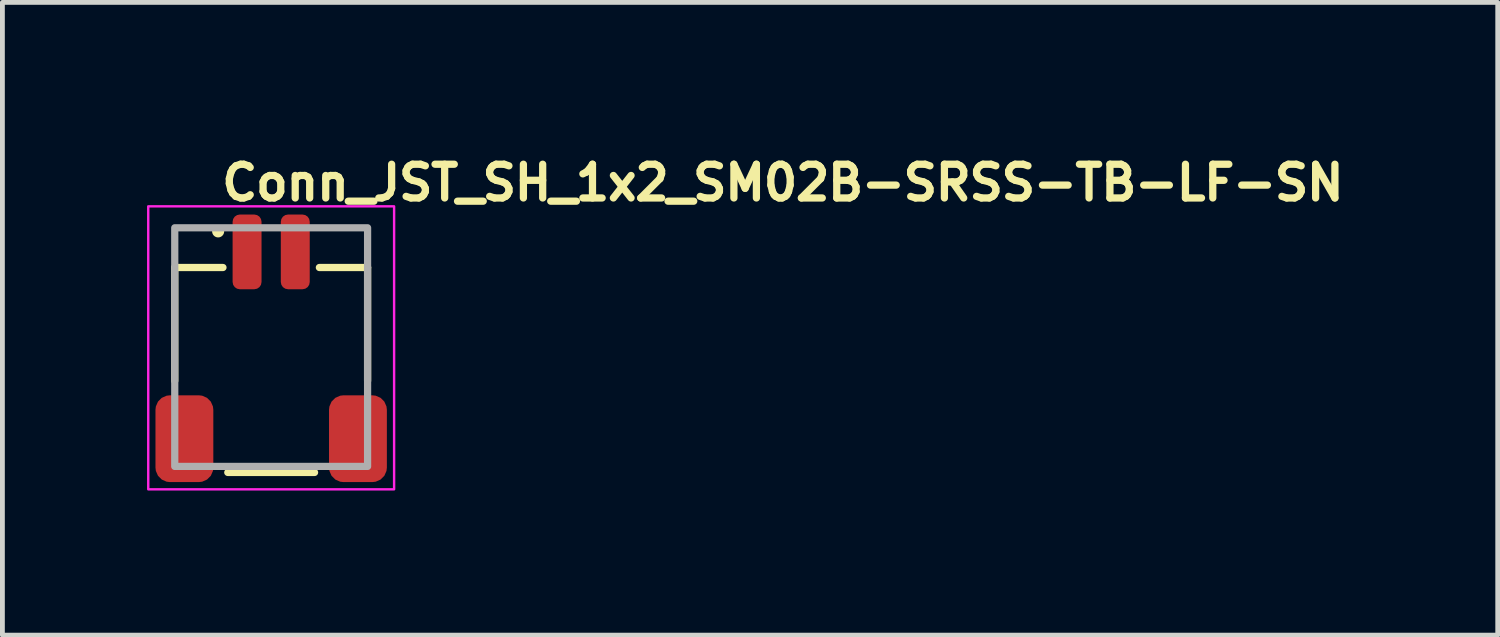
<source format=kicad_pcb>
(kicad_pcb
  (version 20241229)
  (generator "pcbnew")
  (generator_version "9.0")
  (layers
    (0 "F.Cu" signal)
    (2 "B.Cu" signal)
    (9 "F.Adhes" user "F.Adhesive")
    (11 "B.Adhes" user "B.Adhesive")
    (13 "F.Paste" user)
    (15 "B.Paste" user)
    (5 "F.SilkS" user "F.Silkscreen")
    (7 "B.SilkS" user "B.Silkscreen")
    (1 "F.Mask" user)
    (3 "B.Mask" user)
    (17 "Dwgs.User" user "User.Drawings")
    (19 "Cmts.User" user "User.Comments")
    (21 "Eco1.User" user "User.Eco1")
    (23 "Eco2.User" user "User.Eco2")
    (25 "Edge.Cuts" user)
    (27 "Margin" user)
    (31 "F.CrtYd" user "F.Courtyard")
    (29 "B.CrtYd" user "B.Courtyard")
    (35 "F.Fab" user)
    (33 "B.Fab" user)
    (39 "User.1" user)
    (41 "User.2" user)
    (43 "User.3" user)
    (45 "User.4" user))
  (footprint "Conn_JST_SH_1x2_SM02B-SRSS-TB-LF-SN"
    (layer "F.Cu")
    (at 2.575 4.15)
    (property "Reference" "Conn_JST_SH_1x2_SM02B-SRSS-TB-LF-SN" (at -1.1 -3 0) (layer "F.SilkS") (effects (font (size 0.7 0.7) (thickness 0.15)) (justify left bottom)))
    (attr smd)
    (fp_line (start -2 -1.651) (end -2 0.7) (stroke (width 0.15) (type solid)) (layer "F.SilkS"))
    (fp_line (start -2 -1.651) (end -1 -1.651) (stroke (width 0.15) (type solid)) (layer "F.SilkS"))
    (fp_line (start -0.9 2.6) (end 0.9 2.6) (stroke (width 0.15) (type solid)) (layer "F.SilkS"))
    (fp_line (start 2 -1.651) (end 1 -1.651) (stroke (width 0.15) (type solid)) (layer "F.SilkS"))
    (fp_line (start 2 -1.651) (end 2 0.7) (stroke (width 0.15) (type solid)) (layer "F.SilkS"))
    (fp_circle (center -1.1 -2.4) (end -1.05 -2.4) (stroke (width 0.15) (type solid)) (fill yes) (layer "F.SilkS"))
    (fp_rect (start -2.55 -2.92) (end 2.55 2.95) (stroke (width 0.05) (type solid)) (fill no) (layer "F.CrtYd"))
    (fp_rect (start -2 -2.475) (end 2 2.475) (stroke (width 0.15) (type solid)) (fill no) (layer "F.Fab"))
    (fp_rect (start -2 -2.475) (end 2 2.475) (stroke (width 0.1) (type solid)) (fill no) (layer "User.5"))
    (fp_line (start -2 -1.775) (end -2 -1.175) (stroke (width 0.02) (type solid)) (layer "User.9"))
    (fp_line (start -2 -1.175) (end -2 -1.125) (stroke (width 0.02) (type solid)) (layer "User.9"))
    (fp_line (start -2 -1.125) (end -2 -0.525) (stroke (width 0.02) (type solid)) (layer "User.9"))
    (fp_line (start -2 -0.325) (end -2 -0.525) (stroke (width 0.02) (type solid)) (layer "User.9"))
    (fp_line (start -2 -0.325) (end -1.9 -0.275) (stroke (width 0.02) (type solid)) (layer "User.9"))
    (fp_line (start -2 2.475) (end -2 -0.325) (stroke (width 0.02) (type solid)) (layer "User.9"))
    (fp_line (start -1.9 -0.275) (end -1.9 2.475) (stroke (width 0.02) (type solid)) (layer "User.9"))
    (fp_line (start -1.9 2.475) (end -2 2.475) (stroke (width 0.02) (type solid)) (layer "User.9"))
    (fp_line (start -1.7 -1.175) (end -2 -1.175) (stroke (width 0.02) (type solid)) (layer "User.9"))
    (fp_line (start -1.7 -1.125) (end -2 -1.125) (stroke (width 0.02) (type solid)) (layer "User.9"))
    (fp_line (start -1.7 -1.125) (end -1.7 -1.175) (stroke (width 0.02) (type solid)) (layer "User.9"))
    (fp_line (start -1.7 -0.525) (end -2 -0.525) (stroke (width 0.02) (type solid)) (layer "User.9"))
    (fp_line (start -1.7 -0.525) (end -1.7 -1.125) (stroke (width 0.02) (type solid)) (layer "User.9"))
    (fp_line (start -1.7 -0.525) (end -1.7 -0.275) (stroke (width 0.02) (type solid)) (layer "User.9"))
    (fp_line (start -1.7 -0.275) (end -1.9 -0.275) (stroke (width 0.02) (type solid)) (layer "User.9"))
    (fp_line (start -1.5 -1.775) (end -2 -1.775) (stroke (width 0.02) (type solid)) (layer "User.9"))
    (fp_line (start -1.5 -1.775) (end -1.5 -1.175) (stroke (width 0.02) (type solid)) (layer "User.9"))
    (fp_line (start -1.5 -1.775) (end -0.725 -1.775) (stroke (width 0.02) (type solid)) (layer "User.9"))
    (fp_line (start -1.5 -1.175) (end -1.45 -1.175) (stroke (width 0.02) (type solid)) (layer "User.9"))
    (fp_line (start -1.5 -0.275) (end -1.5 -1.175) (stroke (width 0.02) (type solid)) (layer "User.9"))
    (fp_line (start -1.45 -1.175) (end -1.45 -0.275) (stroke (width 0.02) (type solid)) (layer "User.9"))
    (fp_line (start -1.45 -0.275) (end -1.7 -0.275) (stroke (width 0.02) (type solid)) (layer "User.9"))
    (fp_line (start -0.725 -1.775) (end -0.575 -1.625) (stroke (width 0.02) (type solid)) (layer "User.9"))
    (fp_line (start -0.575 -2.475) (end -0.575 -2.475) (stroke (width 0.02) (type solid)) (layer "User.9"))
    (fp_line (start -0.575 -2.475) (end -0.575 -2.474) (stroke (width 0.02) (type solid)) (layer "User.9"))
    (fp_line (start -0.575 -2.475) (end -0.425 -2.475) (stroke (width 0.02) (type solid)) (layer "User.9"))
    (fp_line (start -0.575 -2.475) (end -0.425 -2.475) (stroke (width 0.02) (type solid)) (layer "User.9"))
    (fp_line (start -0.575 -2.474) (end -0.575 -2.472) (stroke (width 0.02) (type solid)) (layer "User.9"))
    (fp_line (start -0.575 -2.472) (end -0.575 -2.47) (stroke (width 0.02) (type solid)) (layer "User.9"))
    (fp_line (start -0.575 -2.47) (end -0.575 -2.467) (stroke (width 0.02) (type solid)) (layer "User.9"))
    (fp_line (start -0.575 -2.467) (end -0.575 -2.464) (stroke (width 0.02) (type solid)) (layer "User.9"))
    (fp_line (start -0.575 -2.464) (end -0.575 -2.46) (stroke (width 0.02) (type solid)) (layer "User.9"))
    (fp_line (start -0.575 -2.46) (end -0.575 -2.456) (stroke (width 0.02) (type solid)) (layer "User.9"))
    (fp_line (start -0.575 -2.456) (end -0.575 -2.452) (stroke (width 0.02) (type solid)) (layer "User.9"))
    (fp_line (start -0.575 -2.452) (end -0.575 -2.447) (stroke (width 0.02) (type solid)) (layer "User.9"))
    (fp_line (start -0.575 -2.447) (end -0.575 -2.442) (stroke (width 0.02) (type solid)) (layer "User.9"))
    (fp_line (start -0.575 -2.442) (end -0.575 -2.436) (stroke (width 0.02) (type solid)) (layer "User.9"))
    (fp_line (start -0.575 -2.436) (end -0.575 -2.431) (stroke (width 0.02) (type solid)) (layer "User.9"))
    (fp_line (start -0.575 -2.431) (end -0.575 -2.425) (stroke (width 0.02) (type solid)) (layer "User.9"))
    (fp_line (start -0.575 -2.425) (end -0.575 -1.999) (stroke (width 0.02) (type solid)) (layer "User.9"))
    (fp_line (start -0.575 -2.425) (end -0.425 -2.425) (stroke (width 0.02) (type solid)) (layer "User.9"))
    (fp_line (start -0.575 -1.999) (end -0.575 -1.625) (stroke (width 0.02) (type solid)) (layer "User.9"))
    (fp_line (start -0.575 -1.999) (end -0.425 -1.999) (stroke (width 0.02) (type solid)) (layer "User.9"))
    (fp_line (start -0.575 -1.625) (end -0.575 -1.175) (stroke (width 0.02) (type solid)) (layer "User.9"))
    (fp_line (start -0.575 -1.625) (end -0.575 -1.175) (stroke (width 0.02) (type solid)) (layer "User.9"))
    (fp_line (start -0.425 -2.475) (end -0.425 -2.475) (stroke (width 0.02) (type solid)) (layer "User.9"))
    (fp_line (start -0.425 -2.475) (end -0.425 -2.474) (stroke (width 0.02) (type solid)) (layer "User.9"))
    (fp_line (start -0.425 -2.474) (end -0.425 -2.472) (stroke (width 0.02) (type solid)) (layer "User.9"))
    (fp_line (start -0.425 -2.472) (end -0.425 -2.47) (stroke (width 0.02) (type solid)) (layer "User.9"))
    (fp_line (start -0.425 -2.47) (end -0.425 -2.467) (stroke (width 0.02) (type solid)) (layer "User.9"))
    (fp_line (start -0.425 -2.467) (end -0.425 -2.464) (stroke (width 0.02) (type solid)) (layer "User.9"))
    (fp_line (start -0.425 -2.464) (end -0.425 -2.46) (stroke (width 0.02) (type solid)) (layer "User.9"))
    (fp_line (start -0.425 -2.46) (end -0.425 -2.456) (stroke (width 0.02) (type solid)) (layer "User.9"))
    (fp_line (start -0.425 -2.456) (end -0.425 -2.452) (stroke (width 0.02) (type solid)) (layer "User.9"))
    (fp_line (start -0.425 -2.452) (end -0.425 -2.447) (stroke (width 0.02) (type solid)) (layer "User.9"))
    (fp_line (start -0.425 -2.447) (end -0.425 -2.442) (stroke (width 0.02) (type solid)) (layer "User.9"))
    (fp_line (start -0.425 -2.442) (end -0.425 -2.436) (stroke (width 0.02) (type solid)) (layer "User.9"))
    (fp_line (start -0.425 -2.436) (end -0.425 -2.431) (stroke (width 0.02) (type solid)) (layer "User.9"))
    (fp_line (start -0.425 -2.431) (end -0.425 -2.425) (stroke (width 0.02) (type solid)) (layer "User.9"))
    (fp_line (start -0.425 -2.425) (end -0.425 -1.999) (stroke (width 0.02) (type solid)) (layer "User.9"))
    (fp_line (start -0.425 -1.999) (end -0.425 -1.625) (stroke (width 0.02) (type solid)) (layer "User.9"))
    (fp_line (start -0.425 -1.625) (end -0.575 -1.625) (stroke (width 0.02) (type solid)) (layer "User.9"))
    (fp_line (start -0.425 -1.625) (end -0.275 -1.775) (stroke (width 0.02) (type solid)) (layer "User.9"))
    (fp_line (start -0.425 -1.175) (end -0.425 -1.625) (stroke (width 0.02) (type solid)) (layer "User.9"))
    (fp_line (start -0.425 -1.175) (end -0.425 -1.625) (stroke (width 0.02) (type solid)) (layer "User.9"))
    (fp_line (start -0.275 -1.775) (end 0.275 -1.775) (stroke (width 0.02) (type solid)) (layer "User.9"))
    (fp_line (start 0.275 -1.775) (end 0.425 -1.625) (stroke (width 0.02) (type solid)) (layer "User.9"))
    (fp_line (start 0.425 -2.475) (end 0.425 -2.475) (stroke (width 0.02) (type solid)) (layer "User.9"))
    (fp_line (start 0.425 -2.475) (end 0.425 -2.474) (stroke (width 0.02) (type solid)) (layer "User.9"))
    (fp_line (start 0.425 -2.475) (end 0.575 -2.475) (stroke (width 0.02) (type solid)) (layer "User.9"))
    (fp_line (start 0.425 -2.475) (end 0.575 -2.475) (stroke (width 0.02) (type solid)) (layer "User.9"))
    (fp_line (start 0.425 -2.474) (end 0.425 -2.472) (stroke (width 0.02) (type solid)) (layer "User.9"))
    (fp_line (start 0.425 -2.472) (end 0.425 -2.47) (stroke (width 0.02) (type solid)) (layer "User.9"))
    (fp_line (start 0.425 -2.47) (end 0.425 -2.467) (stroke (width 0.02) (type solid)) (layer "User.9"))
    (fp_line (start 0.425 -2.467) (end 0.425 -2.464) (stroke (width 0.02) (type solid)) (layer "User.9"))
    (fp_line (start 0.425 -2.464) (end 0.425 -2.46) (stroke (width 0.02) (type solid)) (layer "User.9"))
    (fp_line (start 0.425 -2.46) (end 0.425 -2.456) (stroke (width 0.02) (type solid)) (layer "User.9"))
    (fp_line (start 0.425 -2.456) (end 0.425 -2.452) (stroke (width 0.02) (type solid)) (layer "User.9"))
    (fp_line (start 0.425 -2.452) (end 0.425 -2.447) (stroke (width 0.02) (type solid)) (layer "User.9"))
    (fp_line (start 0.425 -2.447) (end 0.425 -2.442) (stroke (width 0.02) (type solid)) (layer "User.9"))
    (fp_line (start 0.425 -2.442) (end 0.425 -2.436) (stroke (width 0.02) (type solid)) (layer "User.9"))
    (fp_line (start 0.425 -2.436) (end 0.425 -2.431) (stroke (width 0.02) (type solid)) (layer "User.9"))
    (fp_line (start 0.425 -2.431) (end 0.425 -2.425) (stroke (width 0.02) (type solid)) (layer "User.9"))
    (fp_line (start 0.425 -2.425) (end 0.425 -1.999) (stroke (width 0.02) (type solid)) (layer "User.9"))
    (fp_line (start 0.425 -2.425) (end 0.575 -2.425) (stroke (width 0.02) (type solid)) (layer "User.9"))
    (fp_line (start 0.425 -1.999) (end 0.425 -1.625) (stroke (width 0.02) (type solid)) (layer "User.9"))
    (fp_line (start 0.425 -1.999) (end 0.575 -1.999) (stroke (width 0.02) (type solid)) (layer "User.9"))
    (fp_line (start 0.425 -1.625) (end 0.425 -1.175) (stroke (width 0.02) (type solid)) (layer "User.9"))
    (fp_line (start 0.425 -1.625) (end 0.425 -1.175) (stroke (width 0.02) (type solid)) (layer "User.9"))
    (fp_line (start 0.575 -2.475) (end 0.575 -2.475) (stroke (width 0.02) (type solid)) (layer "User.9"))
    (fp_line (start 0.575 -2.475) (end 0.575 -2.474) (stroke (width 0.02) (type solid)) (layer "User.9"))
    (fp_line (start 0.575 -2.474) (end 0.575 -2.472) (stroke (width 0.02) (type solid)) (layer "User.9"))
    (fp_line (start 0.575 -2.472) (end 0.575 -2.47) (stroke (width 0.02) (type solid)) (layer "User.9"))
    (fp_line (start 0.575 -2.47) (end 0.575 -2.467) (stroke (width 0.02) (type solid)) (layer "User.9"))
    (fp_line (start 0.575 -2.467) (end 0.575 -2.464) (stroke (width 0.02) (type solid)) (layer "User.9"))
    (fp_line (start 0.575 -2.464) (end 0.575 -2.46) (stroke (width 0.02) (type solid)) (layer "User.9"))
    (fp_line (start 0.575 -2.46) (end 0.575 -2.456) (stroke (width 0.02) (type solid)) (layer "User.9"))
    (fp_line (start 0.575 -2.456) (end 0.575 -2.452) (stroke (width 0.02) (type solid)) (layer "User.9"))
    (fp_line (start 0.575 -2.452) (end 0.575 -2.447) (stroke (width 0.02) (type solid)) (layer "User.9"))
    (fp_line (start 0.575 -2.447) (end 0.575 -2.442) (stroke (width 0.02) (type solid)) (layer "User.9"))
    (fp_line (start 0.575 -2.442) (end 0.575 -2.436) (stroke (width 0.02) (type solid)) (layer "User.9"))
    (fp_line (start 0.575 -2.436) (end 0.575 -2.431) (stroke (width 0.02) (type solid)) (layer "User.9"))
    (fp_line (start 0.575 -2.431) (end 0.575 -2.425) (stroke (width 0.02) (type solid)) (layer "User.9"))
    (fp_line (start 0.575 -2.425) (end 0.575 -1.999) (stroke (width 0.02) (type solid)) (layer "User.9"))
    (fp_line (start 0.575 -1.999) (end 0.575 -1.625) (stroke (width 0.02) (type solid)) (layer "User.9"))
    (fp_line (start 0.575 -1.625) (end 0.425 -1.625) (stroke (width 0.02) (type solid)) (layer "User.9"))
    (fp_line (start 0.575 -1.625) (end 0.725 -1.775) (stroke (width 0.02) (type solid)) (layer "User.9"))
    (fp_line (start 0.575 -1.175) (end 0.575 -1.625) (stroke (width 0.02) (type solid)) (layer "User.9"))
    (fp_line (start 0.575 -1.175) (end 0.575 -1.625) (stroke (width 0.02) (type solid)) (layer "User.9"))
    (fp_line (start 0.725 -1.775) (end 1.5 -1.775) (stroke (width 0.02) (type solid)) (layer "User.9"))
    (fp_line (start 1.45 -1.175) (end -1.45 -1.175) (stroke (width 0.02) (type solid)) (layer "User.9"))
    (fp_line (start 1.45 -1.175) (end 1.5 -1.175) (stroke (width 0.02) (type solid)) (layer "User.9"))
    (fp_line (start 1.45 -0.275) (end 1.45 -1.175) (stroke (width 0.02) (type solid)) (layer "User.9"))
    (fp_line (start 1.45 -0.275) (end 1.7 -0.275) (stroke (width 0.02) (type solid)) (layer "User.9"))
    (fp_line (start 1.5 -1.775) (end 2 -1.775) (stroke (width 0.02) (type solid)) (layer "User.9"))
    (fp_line (start 1.5 -1.175) (end 1.5 -1.775) (stroke (width 0.02) (type solid)) (layer "User.9"))
    (fp_line (start 1.5 -1.175) (end 1.5 -0.275) (stroke (width 0.02) (type solid)) (layer "User.9"))
    (fp_line (start 1.7 -1.175) (end 2 -1.175) (stroke (width 0.02) (type solid)) (layer "User.9"))
    (fp_line (start 1.7 -1.125) (end 1.7 -1.175) (stroke (width 0.02) (type solid)) (layer "User.9"))
    (fp_line (start 1.7 -1.125) (end 2 -1.125) (stroke (width 0.02) (type solid)) (layer "User.9"))
    (fp_line (start 1.7 -0.525) (end 1.7 -1.125) (stroke (width 0.02) (type solid)) (layer "User.9"))
    (fp_line (start 1.7 -0.525) (end 1.7 -0.275) (stroke (width 0.02) (type solid)) (layer "User.9"))
    (fp_line (start 1.7 -0.525) (end 2 -0.525) (stroke (width 0.02) (type solid)) (layer "User.9"))
    (fp_line (start 1.7 -0.275) (end 1.9 -0.275) (stroke (width 0.02) (type solid)) (layer "User.9"))
    (fp_line (start 1.9 -0.275) (end 2 -0.325) (stroke (width 0.02) (type solid)) (layer "User.9"))
    (fp_line (start 1.9 2.475) (end -1.9 2.475) (stroke (width 0.02) (type solid)) (layer "User.9"))
    (fp_line (start 1.9 2.475) (end 1.9 -0.275) (stroke (width 0.02) (type solid)) (layer "User.9"))
    (fp_line (start 2 -1.775) (end 2 -1.175) (stroke (width 0.02) (type solid)) (layer "User.9"))
    (fp_line (start 2 -1.175) (end 2 -1.125) (stroke (width 0.02) (type solid)) (layer "User.9"))
    (fp_line (start 2 -1.125) (end 2 -0.525) (stroke (width 0.02) (type solid)) (layer "User.9"))
    (fp_line (start 2 -0.325) (end 2 -0.525) (stroke (width 0.02) (type solid)) (layer "User.9"))
    (fp_line (start 2 -0.325) (end 2 2.475) (stroke (width 0.02) (type solid)) (layer "User.9"))
    (fp_line (start 2 2.475) (end 1.9 2.475) (stroke (width 0.02) (type solid)) (layer "User.9"))
    (pad "1" smd roundrect (at -0.5 -1.975 90) (size 1.55 0.6) (layers "F.Cu" "F.Mask" "F.Paste") (roundrect_rratio 0.25))
    (pad "2" smd roundrect (at 0.5 -1.975 90) (size 1.55 0.6) (layers "F.Cu" "F.Mask" "F.Paste") (roundrect_rratio 0.25))
    (pad "MP" smd roundrect (at -1.8 1.9 90) (size 1.8 1.2) (layers "F.Cu" "F.Mask" "F.Paste") (roundrect_rratio 0.25))
    (pad "MP" smd roundrect (at 1.8 1.9 90) (size 1.8 1.2) (layers "F.Cu" "F.Mask" "F.Paste") (roundrect_rratio 0.25)))
  (gr_rect
    (start -3 -3)
    (end 28.018 10.125)
    (stroke (width 0.1) (type default))
    (fill no)
    (layer "Edge.Cuts")))
</source>
